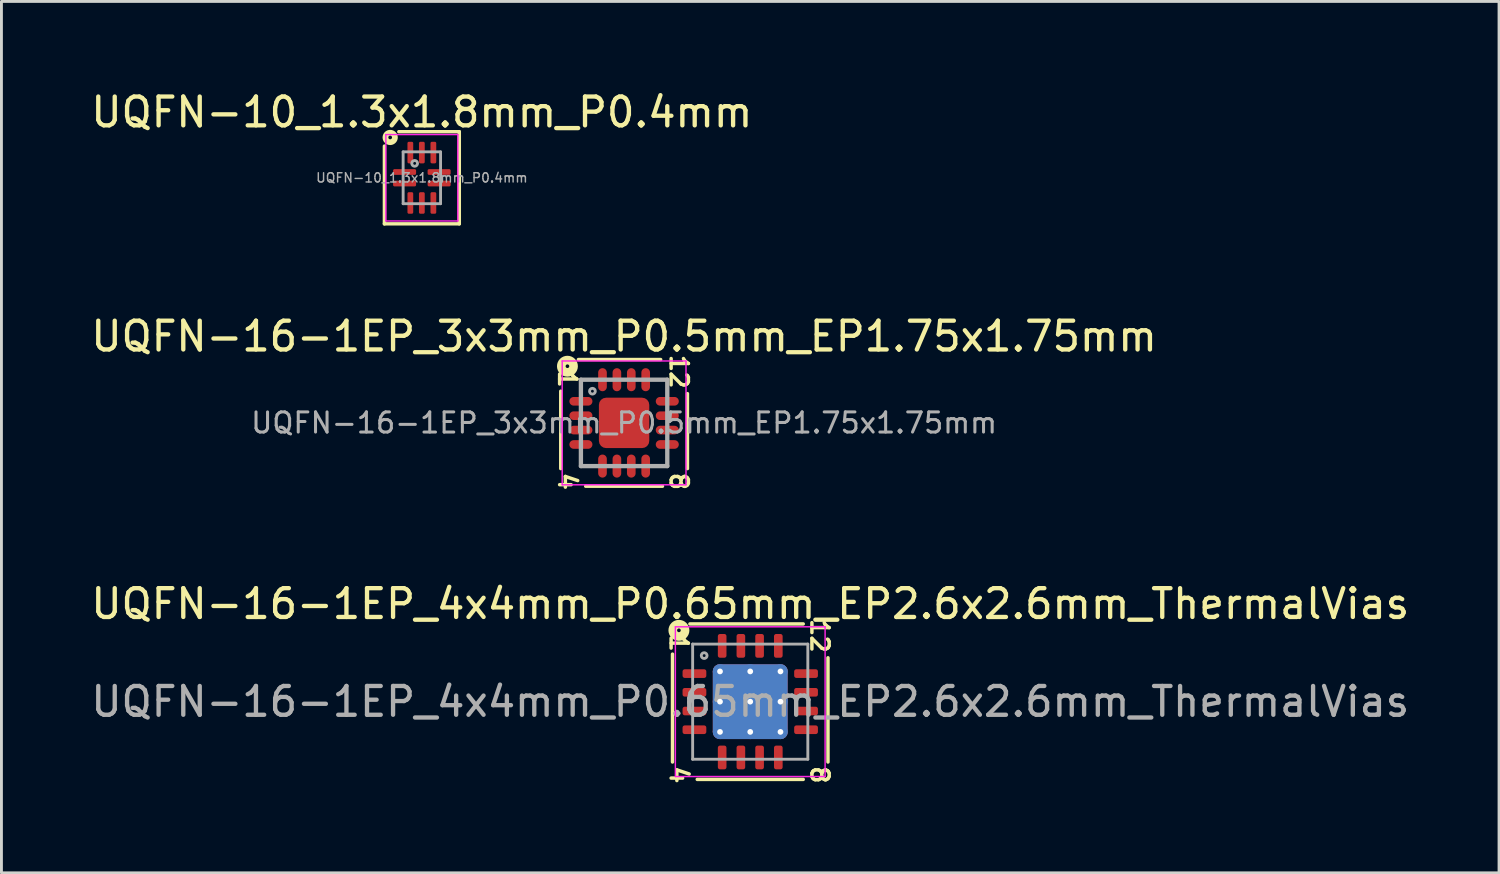
<source format=kicad_pcb>
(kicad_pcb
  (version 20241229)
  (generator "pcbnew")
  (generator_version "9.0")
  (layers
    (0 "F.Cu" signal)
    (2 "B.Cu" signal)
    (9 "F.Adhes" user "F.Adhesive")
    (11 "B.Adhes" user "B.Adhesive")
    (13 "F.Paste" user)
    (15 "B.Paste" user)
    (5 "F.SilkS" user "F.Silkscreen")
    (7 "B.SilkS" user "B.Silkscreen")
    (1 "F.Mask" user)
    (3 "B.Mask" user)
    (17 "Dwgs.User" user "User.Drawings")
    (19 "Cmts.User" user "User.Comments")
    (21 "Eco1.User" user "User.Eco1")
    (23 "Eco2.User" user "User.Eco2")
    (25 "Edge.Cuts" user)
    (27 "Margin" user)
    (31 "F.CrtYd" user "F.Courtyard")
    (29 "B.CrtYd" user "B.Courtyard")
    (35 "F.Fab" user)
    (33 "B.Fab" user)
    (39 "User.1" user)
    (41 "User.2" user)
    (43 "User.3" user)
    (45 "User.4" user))
  (footprint "UQFN-16-1EP_4x4mm_P0.65mm_EP2.6x2.6mm_ThermalVias"
    (layer "F.Cu")
    (at 23.006 21.319)
    (property "Reference" "UQFN-16-1EP_4x4mm_P0.65mm_EP2.6x2.6mm_ThermalVias" (at 0 -3.397 0) (layer "F.SilkS") (effects (font (size 1 1) (thickness 0.15))))
    (attr smd)
    (fp_line (start -2.7 -1.651) (end -2.7 2.095) (stroke (width 0.12) (type solid)) (layer "F.SilkS"))
    (fp_line (start -1.841 2.7) (end 1.841 2.7) (stroke (width 0.12) (type solid)) (layer "F.SilkS"))
    (fp_line (start 1.841 -2.7) (end -2.095 -2.7) (stroke (width 0.12) (type solid)) (layer "F.SilkS"))
    (fp_line (start 2.7 2.095) (end 2.7 -1.524) (stroke (width 0.12) (type solid)) (layer "F.SilkS"))
    (fp_circle (center -2.477 -2.477) (end -2.413 -2.477) (stroke (width 0.3) (type solid)) (fill no) (layer "F.SilkS"))
    (fp_line (start -2.6 -2.6) (end -2.6 2.6) (stroke (width 0.05) (type solid)) (layer "F.CrtYd"))
    (fp_line (start -2.6 2.6) (end 2.6 2.6) (stroke (width 0.05) (type solid)) (layer "F.CrtYd"))
    (fp_line (start 2.6 -2.6) (end -2.6 -2.6) (stroke (width 0.05) (type solid)) (layer "F.CrtYd"))
    (fp_line (start 2.6 2.6) (end 2.6 -2.6) (stroke (width 0.05) (type solid)) (layer "F.CrtYd"))
    (fp_line (start -2 -2) (end 2 -2) (stroke (width 0.1) (type solid)) (layer "F.Fab"))
    (fp_line (start -2 2) (end -2 -2) (stroke (width 0.1) (type solid)) (layer "F.Fab"))
    (fp_line (start 2 -2) (end 2 2) (stroke (width 0.1) (type solid)) (layer "F.Fab"))
    (fp_line (start 2 2) (end -2 2) (stroke (width 0.1) (type solid)) (layer "F.Fab"))
    (fp_circle (center -1.6 -1.6) (end -1.5 -1.6) (stroke (width 0.1) (type solid)) (fill no) (layer "F.Fab"))
    (fp_text user "12" (at 2.413 -2.286 270) (unlocked yes) (layer "F.SilkS") (effects (font (size 0.6 0.6) (thickness 0.12))))
    (fp_text user "8" (at 2.413 2.54 270) (unlocked yes) (layer "F.SilkS") (effects (font (size 0.6 0.6) (thickness 0.12))))
    (fp_text user "1" (at -2.477 -2.032 270) (unlocked yes) (layer "F.SilkS") (effects (font (size 0.6 0.6) (thickness 0.12))))
    (fp_text user "4" (at -2.477 2.54 270) (unlocked yes) (layer "F.SilkS") (effects (font (size 0.6 0.6) (thickness 0.12))))
    (fp_text user "${REFERENCE}" (at 0 0 0) (layer "F.Fab") (effects (font (size 1 1) (thickness 0.15))))
    (pad "" smd roundrect (at -0.65 -0.65) (size 1.13 1.13) (layers "F.Paste") (roundrect_rratio 0.221))
    (pad "" smd roundrect (at -0.65 0.65) (size 1.13 1.13) (layers "F.Paste") (roundrect_rratio 0.221))
    (pad "" smd roundrect (at 0.65 -0.65) (size 1.13 1.13) (layers "F.Paste") (roundrect_rratio 0.221))
    (pad "" smd roundrect (at 0.65 0.65) (size 1.13 1.13) (layers "F.Paste") (roundrect_rratio 0.221))
    (pad "1" smd roundrect (at -1.938 -0.975) (size 0.825 0.3) (layers "F.Cu" "F.Mask" "F.Paste") (roundrect_rratio 0.25))
    (pad "2" smd roundrect (at -1.938 -0.325) (size 0.825 0.3) (layers "F.Cu" "F.Mask" "F.Paste") (roundrect_rratio 0.25))
    (pad "3" smd roundrect (at -1.938 0.325) (size 0.825 0.3) (layers "F.Cu" "F.Mask" "F.Paste") (roundrect_rratio 0.25))
    (pad "4" smd roundrect (at -1.938 0.975) (size 0.825 0.3) (layers "F.Cu" "F.Mask" "F.Paste") (roundrect_rratio 0.25))
    (pad "5" smd roundrect (at -0.975 1.938) (size 0.3 0.825) (layers "F.Cu" "F.Mask" "F.Paste") (roundrect_rratio 0.25))
    (pad "6" smd roundrect (at -0.325 1.938) (size 0.3 0.825) (layers "F.Cu" "F.Mask" "F.Paste") (roundrect_rratio 0.25))
    (pad "7" smd roundrect (at 0.325 1.938) (size 0.3 0.825) (layers "F.Cu" "F.Mask" "F.Paste") (roundrect_rratio 0.25))
    (pad "8" smd roundrect (at 0.975 1.938) (size 0.3 0.825) (layers "F.Cu" "F.Mask" "F.Paste") (roundrect_rratio 0.25))
    (pad "9" smd roundrect (at 1.938 0.975) (size 0.825 0.3) (layers "F.Cu" "F.Mask" "F.Paste") (roundrect_rratio 0.25))
    (pad "10" smd roundrect (at 1.938 0.325) (size 0.825 0.3) (layers "F.Cu" "F.Mask" "F.Paste") (roundrect_rratio 0.25))
    (pad "11" smd roundrect (at 1.938 -0.325) (size 0.825 0.3) (layers "F.Cu" "F.Mask" "F.Paste") (roundrect_rratio 0.25))
    (pad "12" smd roundrect (at 1.938 -0.975) (size 0.825 0.3) (layers "F.Cu" "F.Mask" "F.Paste") (roundrect_rratio 0.25))
    (pad "13" smd roundrect (at 0.975 -1.938) (size 0.3 0.825) (layers "F.Cu" "F.Mask" "F.Paste") (roundrect_rratio 0.25))
    (pad "14" smd roundrect (at 0.325 -1.938) (size 0.3 0.825) (layers "F.Cu" "F.Mask" "F.Paste") (roundrect_rratio 0.25))
    (pad "15" smd roundrect (at -0.325 -1.938) (size 0.3 0.825) (layers "F.Cu" "F.Mask" "F.Paste") (roundrect_rratio 0.25))
    (pad "16" smd roundrect (at -0.975 -1.938) (size 0.3 0.825) (layers "F.Cu" "F.Mask" "F.Paste") (roundrect_rratio 0.25))
    (pad "17" thru_hole circle (at -1.05 -1.05) (size 0.5 0.5) (drill 0.2) (property pad_prop_heatsink) (layers "*.Cu"))
    (pad "17" thru_hole circle (at -1.05 0) (size 0.5 0.5) (drill 0.2) (property pad_prop_heatsink) (layers "*.Cu"))
    (pad "17" thru_hole circle (at -1.05 1.05) (size 0.5 0.5) (drill 0.2) (property pad_prop_heatsink) (layers "*.Cu"))
    (pad "17" thru_hole circle (at 0 -1.05) (size 0.5 0.5) (drill 0.2) (property pad_prop_heatsink) (layers "*.Cu"))
    (pad "17" thru_hole circle (at 0 0) (size 0.5 0.5) (drill 0.2) (property pad_prop_heatsink) (layers "*.Cu"))
    (pad "17" smd roundrect (at 0 0) (size 2.6 2.6) (layers "F.Cu" "F.Mask") (roundrect_rratio 0.096))
    (pad "17" smd roundrect (at 0 0) (size 2.6 2.6) (layers "B.Cu" "B.Mask") (roundrect_rratio 0.096))
    (pad "17" thru_hole circle (at 0 1.05) (size 0.5 0.5) (drill 0.2) (property pad_prop_heatsink) (layers "*.Cu"))
    (pad "17" thru_hole circle (at 1.05 -1.05) (size 0.5 0.5) (drill 0.2) (property pad_prop_heatsink) (layers "*.Cu"))
    (pad "17" thru_hole circle (at 1.05 0) (size 0.5 0.5) (drill 0.2) (property pad_prop_heatsink) (layers "*.Cu"))
    (pad "17" thru_hole circle (at 1.05 1.05) (size 0.5 0.5) (drill 0.2) (property pad_prop_heatsink) (layers "*.Cu")))
  (footprint "UQFN-10_1.3x1.8mm_P0.4mm"
    (layer "F.Cu")
    (at 11.601 3.124)
    (property "Reference" "UQFN-10_1.3x1.8mm_P0.4mm" (at 0 -2.276 0) (layer "F.SilkS") (effects (font (size 1 1) (thickness 0.15))))
    (attr smd)
    (fp_line (start -1.3 1.6) (end -1.3 -1.1) (stroke (width 0.12) (type solid)) (layer "F.SilkS"))
    (fp_line (start -0.8 -1.6) (end 1.3 -1.6) (stroke (width 0.12) (type solid)) (layer "F.SilkS"))
    (fp_line (start 1.3 -1.6) (end 1.3 1.6) (stroke (width 0.12) (type solid)) (layer "F.SilkS"))
    (fp_line (start 1.3 1.6) (end -1.3 1.6) (stroke (width 0.12) (type solid)) (layer "F.SilkS"))
    (fp_circle (center -1.1 -1.4) (end -1.036 -1.4) (stroke (width 0.2) (type solid)) (fill no) (layer "F.SilkS"))
    (fp_line (start -1.25 -1.5) (end -1.25 1.5) (stroke (width 0.05) (type solid)) (layer "F.CrtYd"))
    (fp_line (start -1.25 1.5) (end 1.25 1.5) (stroke (width 0.05) (type solid)) (layer "F.CrtYd"))
    (fp_line (start 1.25 -1.5) (end -1.25 -1.5) (stroke (width 0.05) (type solid)) (layer "F.CrtYd"))
    (fp_line (start 1.25 1.5) (end 1.25 -1.5) (stroke (width 0.05) (type solid)) (layer "F.CrtYd"))
    (fp_line (start -0.65 -0.9) (end 0.65 -0.9) (stroke (width 0.1) (type solid)) (layer "F.Fab"))
    (fp_line (start -0.65 0.9) (end -0.65 -0.9) (stroke (width 0.1) (type solid)) (layer "F.Fab"))
    (fp_line (start 0.65 -0.9) (end 0.65 0.9) (stroke (width 0.1) (type solid)) (layer "F.Fab"))
    (fp_line (start 0.65 0.9) (end -0.65 0.9) (stroke (width 0.1) (type solid)) (layer "F.Fab"))
    (fp_circle (center -0.25 -0.5) (end -0.15 -0.5) (stroke (width 0.1) (type solid)) (fill no) (layer "F.Fab"))
    (fp_text user "${REFERENCE}" (at 0 0 0) (layer "F.Fab") (effects (font (size 0.32 0.32) (thickness 0.05))))
    (pad "1" smd roundrect (at -0.6 -0.2) (size 0.8 0.2) (layers "F.Cu" "F.Mask" "F.Paste") (roundrect_rratio 0.25))
    (pad "2" smd roundrect (at -0.6 0.2) (size 0.8 0.2) (layers "F.Cu" "F.Mask" "F.Paste") (roundrect_rratio 0.25))
    (pad "3" smd roundrect (at -0.4 0.875) (size 0.2 0.75) (layers "F.Cu" "F.Mask" "F.Paste") (roundrect_rratio 0.25))
    (pad "4" smd roundrect (at 0 0.875) (size 0.2 0.75) (layers "F.Cu" "F.Mask" "F.Paste") (roundrect_rratio 0.25))
    (pad "5" smd roundrect (at 0.4 0.875) (size 0.2 0.75) (layers "F.Cu" "F.Mask" "F.Paste") (roundrect_rratio 0.25))
    (pad "6" smd roundrect (at 0.6 0.2) (size 0.8 0.2) (layers "F.Cu" "F.Mask" "F.Paste") (roundrect_rratio 0.25))
    (pad "7" smd roundrect (at 0.6 -0.2) (size 0.8 0.2) (layers "F.Cu" "F.Mask" "F.Paste") (roundrect_rratio 0.25))
    (pad "8" smd roundrect (at 0.4 -0.875) (size 0.2 0.75) (layers "F.Cu" "F.Mask" "F.Paste") (roundrect_rratio 0.25))
    (pad "9" smd roundrect (at 0 -0.875) (size 0.2 0.75) (layers "F.Cu" "F.Mask" "F.Paste") (roundrect_rratio 0.25))
    (pad "10" smd roundrect (at -0.4 -0.875) (size 0.2 0.75) (layers "F.Cu" "F.Mask" "F.Paste") (roundrect_rratio 0.25)))
  (footprint "UQFN-16-1EP_3x3mm_P0.5mm_EP1.75x1.75mm"
    (layer "F.Cu")
    (at 18.625 11.637)
    (property "Reference" "UQFN-16-1EP_3x3mm_P0.5mm_EP1.75x1.75mm" (at 0 -3.005 0) (layer "F.SilkS") (effects (font (size 1 1) (thickness 0.15))))
    (attr smd)
    (fp_line (start -2.2 1.587) (end -2.2 -1.1) (stroke (width 0.12) (type solid)) (layer "F.SilkS"))
    (fp_line (start -1.587 -2.2) (end 1.27 -2.2) (stroke (width 0.12) (type solid)) (layer "F.SilkS"))
    (fp_line (start 1.333 2.2) (end -1.333 2.2) (stroke (width 0.12) (type solid)) (layer "F.SilkS"))
    (fp_line (start 2.2 -1.016) (end 2.2 1.587) (stroke (width 0.12) (type solid)) (layer "F.SilkS"))
    (fp_circle (center -1.968 -1.968) (end -1.905 -1.968) (stroke (width 0.3) (type solid)) (fill no) (layer "F.SilkS"))
    (fp_line (start -2.15 -2.15) (end -2.15 2.15) (stroke (width 0.05) (type solid)) (layer "F.CrtYd"))
    (fp_line (start -2.15 -2.15) (end 2.15 -2.15) (stroke (width 0.05) (type solid)) (layer "F.CrtYd"))
    (fp_line (start -2.15 2.15) (end 2.15 2.15) (stroke (width 0.05) (type solid)) (layer "F.CrtYd"))
    (fp_line (start 2.15 -2.15) (end 2.15 2.15) (stroke (width 0.05) (type solid)) (layer "F.CrtYd"))
    (fp_line (start -1.5 -1.5) (end 1.5 -1.5) (stroke (width 0.15) (type solid)) (layer "F.Fab"))
    (fp_line (start -1.5 1.5) (end -1.5 -1.5) (stroke (width 0.15) (type solid)) (layer "F.Fab"))
    (fp_line (start 1.5 -1.5) (end 1.5 1.5) (stroke (width 0.15) (type solid)) (layer "F.Fab"))
    (fp_line (start 1.5 1.5) (end -1.5 1.5) (stroke (width 0.15) (type solid)) (layer "F.Fab"))
    (fp_circle (center -1.1 -1.1) (end -1 -1.1) (stroke (width 0.1) (type solid)) (fill no) (layer "F.Fab"))
    (fp_text user "12" (at 1.905 -1.778 270) (unlocked yes) (layer "F.SilkS") (effects (font (size 0.6 0.6) (thickness 0.12))))
    (fp_text user "8" (at 1.905 2.032 270) (unlocked yes) (layer "F.SilkS") (effects (font (size 0.6 0.6) (thickness 0.12))))
    (fp_text user "1" (at -1.968 -1.524 270) (unlocked yes) (layer "F.SilkS") (effects (font (size 0.6 0.6) (thickness 0.12))))
    (fp_text user "4" (at -1.968 2.032 270) (unlocked yes) (layer "F.SilkS") (effects (font (size 0.6 0.6) (thickness 0.12))))
    (fp_text user "${REFERENCE}" (at 0 0 0) (layer "F.Fab") (effects (font (size 0.7 0.7) (thickness 0.105))))
    (pad "" smd roundrect (at -0.438 -0.438) (size 0.7 0.7) (layers "F.Paste") (roundrect_rratio 0.25))
    (pad "" smd roundrect (at -0.438 0.438) (size 0.7 0.7) (layers "F.Paste") (roundrect_rratio 0.25))
    (pad "" smd roundrect (at 0.438 -0.438) (size 0.7 0.7) (layers "F.Paste") (roundrect_rratio 0.25))
    (pad "" smd roundrect (at 0.438 0.438) (size 0.7 0.7) (layers "F.Paste") (roundrect_rratio 0.25))
    (pad "1" smd oval (at -1.5 -0.75) (size 0.8 0.3) (layers "F.Cu" "F.Mask" "F.Paste"))
    (pad "2" smd oval (at -1.5 -0.25) (size 0.8 0.3) (layers "F.Cu" "F.Mask" "F.Paste"))
    (pad "3" smd oval (at -1.5 0.25) (size 0.8 0.3) (layers "F.Cu" "F.Mask" "F.Paste"))
    (pad "4" smd oval (at -1.5 0.75) (size 0.8 0.3) (layers "F.Cu" "F.Mask" "F.Paste"))
    (pad "5" smd oval (at -0.75 1.5 90) (size 0.8 0.3) (layers "F.Cu" "F.Mask" "F.Paste"))
    (pad "6" smd oval (at -0.25 1.5 90) (size 0.8 0.3) (layers "F.Cu" "F.Mask" "F.Paste"))
    (pad "7" smd oval (at 0.25 1.5 90) (size 0.8 0.3) (layers "F.Cu" "F.Mask" "F.Paste"))
    (pad "8" smd oval (at 0.75 1.5 90) (size 0.8 0.3) (layers "F.Cu" "F.Mask" "F.Paste"))
    (pad "9" smd oval (at 1.5 0.75) (size 0.8 0.3) (layers "F.Cu" "F.Mask" "F.Paste"))
    (pad "10" smd oval (at 1.5 0.25) (size 0.8 0.3) (layers "F.Cu" "F.Mask" "F.Paste"))
    (pad "11" smd oval (at 1.5 -0.25) (size 0.8 0.3) (layers "F.Cu" "F.Mask" "F.Paste"))
    (pad "12" smd oval (at 1.5 -0.75) (size 0.8 0.3) (layers "F.Cu" "F.Mask" "F.Paste"))
    (pad "13" smd oval (at 0.75 -1.5 90) (size 0.8 0.3) (layers "F.Cu" "F.Mask" "F.Paste"))
    (pad "14" smd oval (at 0.25 -1.5 90) (size 0.8 0.3) (layers "F.Cu" "F.Mask" "F.Paste"))
    (pad "15" smd oval (at -0.25 -1.5 90) (size 0.8 0.3) (layers "F.Cu" "F.Mask" "F.Paste"))
    (pad "16" smd oval (at -0.75 -1.5 90) (size 0.8 0.3) (layers "F.Cu" "F.Mask" "F.Paste"))
    (pad "17" smd roundrect (at 0 0) (size 1.75 1.75) (layers "F.Cu" "F.Mask") (roundrect_rratio 0.143)))
  (gr_rect
    (start -3 -3)
    (end 49.012 27.265)
    (stroke (width 0.1) (type default))
    (fill no)
    (layer "Edge.Cuts")))
</source>
